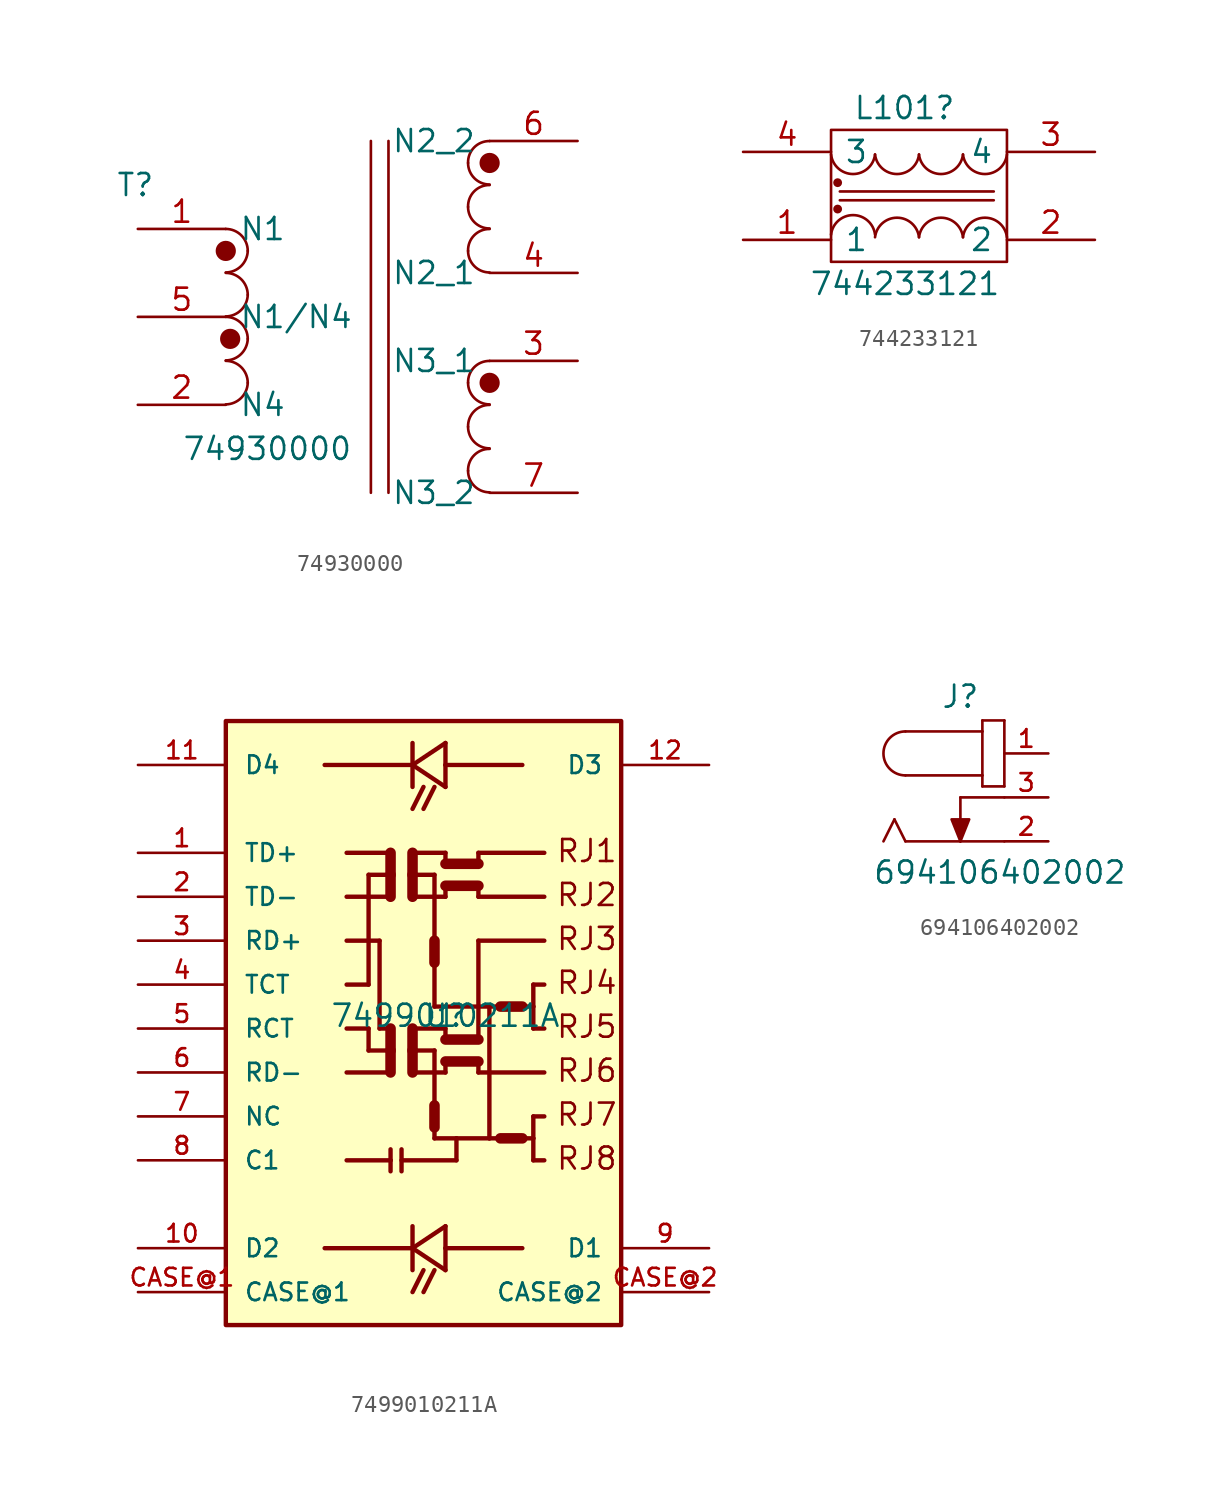
<source format=kicad_sym>
(kicad_symbol_lib
  (version 20220914)
  (generator kicad_symbol_editor)
  (symbol "74930000"
    (pin_names
      (offset 0.762))
    (property "Reference" "T"
      (at -15.24 7.62 0)
      (effects (font (size 1.27 1.27)) (justify left)))
    (property "Value" "74930000"
      (at -11.43 -7.62 0)
      (effects (font (size 1.27 1.27)) (justify left)))
    (symbol "74930000_0_0"
      (pin passive line (at -13.97 5.08 0) (length 5.08) (name "N1" (effects (font (size 1.27 1.27)))) (number "1" (effects (font (size 1.27 1.27)))))
      (pin passive line (at -13.97 -5.08 0) (length 5.08) (name "N4" (effects (font (size 1.27 1.27)))) (number "2" (effects (font (size 1.27 1.27)))))
      (pin passive line (at 11.43 -2.54 180) (length 5.08) (name "N3_1" (effects (font (size 1.27 1.27)))) (number "3" (effects (font (size 1.27 1.27)))))
      (pin passive line (at 11.43 2.54 180) (length 5.08) (name "N2_1" (effects (font (size 1.27 1.27)))) (number "4" (effects (font (size 1.27 1.27)))))
      (pin passive line (at -13.97 0 0) (length 5.08) (name "N1/N4" (effects (font (size 1.27 1.27)))) (number "5" (effects (font (size 1.27 1.27)))))
      (pin passive line (at 11.43 10.16 180) (length 5.08) (name "N2_2" (effects (font (size 1.27 1.27)))) (number "6" (effects (font (size 1.27 1.27)))))
      (pin passive line (at 11.43 -10.16 180) (length 5.08) (name "N3_2" (effects (font (size 1.27 1.27)))) (number "7" (effects (font (size 1.27 1.27))))))
    (symbol "74930000_0_1"
      (arc (start -8.89 -5.0546) (mid -8.0061 -4.6863) (end -7.62 -3.81) (stroke (width 0) (type default)) (fill (type none)))
      (arc (start -8.89 -2.5146) (mid -8.0061 -2.1463) (end -7.62 -1.27) (stroke (width 0) (type default)) (fill (type none)))
      (arc (start -8.89 0.0254) (mid -8.0061 0.3937) (end -7.62 1.27) (stroke (width 0) (type default)) (fill (type none)))
      (arc (start -8.89 2.5654) (mid -8.0061 2.9337) (end -7.62 3.81) (stroke (width 0) (type default)) (fill (type none)))
      (circle (center -8.89 3.81) (radius 0.508) (stroke (width 0) (type default)) (fill (type outline)))
      (circle (center -8.636 -1.27) (radius 0.508) (stroke (width 0) (type default)) (fill (type outline)))
      (arc (start -7.62 -3.81) (mid -7.992 -2.912) (end -8.89 -2.54) (stroke (width 0) (type default)) (fill (type none)))
      (arc (start -7.62 -1.27) (mid -7.992 -0.372) (end -8.89 0) (stroke (width 0) (type default)) (fill (type none)))
      (arc (start -7.62 1.27) (mid -7.992 2.168) (end -8.89 2.54) (stroke (width 0) (type default)) (fill (type none)))
      (arc (start -7.62 3.81) (mid -7.992 4.708) (end -8.89 5.08) (stroke (width 0) (type default)) (fill (type none)))
      (polyline (pts (xy -0.508 -10.16) (xy -0.508 10.16)) (stroke (width 0) (type default)) (fill (type none)))
      (polyline (pts (xy 0.508 10.16) (xy 0.508 -10.16)) (stroke (width 0) (type default)) (fill (type none)))
      (arc (start 5.1054 -8.89) (mid 5.4699 -9.7701) (end 6.35 -10.1346) (stroke (width 0) (type default)) (fill (type none)))
      (arc (start 5.1054 -6.35) (mid 5.4699 -7.2301) (end 6.35 -7.5946) (stroke (width 0) (type default)) (fill (type none)))
      (arc (start 5.1054 -3.81) (mid 5.4699 -4.6901) (end 6.35 -5.0546) (stroke (width 0) (type default)) (fill (type none)))
      (arc (start 5.1054 3.81) (mid 5.4699 2.9299) (end 6.35 2.5654) (stroke (width 0) (type default)) (fill (type none)))
      (arc (start 5.1054 6.35) (mid 5.4699 5.4699) (end 6.35 5.1054) (stroke (width 0) (type default)) (fill (type none)))
      (arc (start 5.1054 8.89) (mid 5.4699 8.0099) (end 6.35 7.6454) (stroke (width 0) (type default)) (fill (type none)))
      (arc (start 6.35 -7.62) (mid 5.4556 -7.9883) (end 5.1054 -8.89) (stroke (width 0) (type default)) (fill (type none)))
      (arc (start 6.35 -5.08) (mid 5.4556 -5.4483) (end 5.1054 -6.35) (stroke (width 0) (type default)) (fill (type none)))
      (circle (center 6.35 -3.81) (radius 0.508) (stroke (width 0) (type default)) (fill (type outline)))
      (arc (start 6.35 -2.54) (mid 5.4556 -2.9083) (end 5.1054 -3.81) (stroke (width 0) (type default)) (fill (type none)))
      (arc (start 6.35 5.08) (mid 5.4556 4.7117) (end 5.1054 3.81) (stroke (width 0) (type default)) (fill (type none)))
      (arc (start 6.35 7.62) (mid 5.4556 7.2517) (end 5.1054 6.35) (stroke (width 0) (type default)) (fill (type none)))
      (circle (center 6.35 8.89) (radius 0.508) (stroke (width 0) (type default)) (fill (type outline)))
      (arc (start 6.35 10.16) (mid 5.4556 9.7917) (end 5.1054 8.89) (stroke (width 0) (type default)) (fill (type none)))))
  (symbol "744233121"
    (pin_names
      (offset 0.762))
    (property "Reference" "L101"
      (at -3.81 5.08 0)
      (effects (font (size 1.27 1.27)) (justify left)))
    (property "Value" "744233121"
      (at -6.35 -5.08 0)
      (effects (font (size 1.27 1.27)) (justify left)))
    (symbol "744233121_0_0"
      (pin passive line (at -10.16 -2.54 0) (length 5.08) (name "1" (effects (font (size 1.27 1.27)))) (number "1" (effects (font (size 1.27 1.27)))))
      (pin passive line (at 10.16 -2.54 180) (length 5.08) (name "2" (effects (font (size 1.27 1.27)))) (number "2" (effects (font (size 1.27 1.27)))))
      (pin passive line (at 10.16 2.54 180) (length 5.08) (name "4" (effects (font (size 1.27 1.27)))) (number "3" (effects (font (size 1.27 1.27)))))
      (pin passive line (at -10.16 2.54 0) (length 5.08) (name "3" (effects (font (size 1.27 1.27)))) (number "4" (effects (font (size 1.27 1.27))))))
    (symbol "744233121_0_1"
      (arc (start -5.08 2.3902) (mid -3.81 1.2612) (end -2.54 2.3902) (stroke (width 0) (type default)) (fill (type none)))
      (circle (center -4.699 -0.762) (radius 0.18) (stroke (width 0) (type default)) (fill (type outline)))
      (circle (center -4.699 0.762) (radius 0.18) (stroke (width 0) (type default)) (fill (type outline)))
      (arc (start -2.54 -2.2404) (mid -3.81 -1.1114) (end -5.08 -2.2404) (stroke (width 0) (type default)) (fill (type none)))
      (arc (start -2.54 2.3902) (mid -1.27 1.2612) (end 0 2.3902) (stroke (width 0) (type default)) (fill (type none)))
      (arc (start 0 -2.3902) (mid -1.27 -1.2612) (end -2.54 -2.3902) (stroke (width 0) (type default)) (fill (type none)))
      (polyline (pts (xy -4.572 -0.254) (xy 4.318 -0.254)) (stroke (width 0) (type default)) (fill (type none)))
      (polyline (pts (xy -4.572 0.254) (xy 4.318 0.254)) (stroke (width 0) (type default)) (fill (type none)))
      (polyline (pts (xy -5.08 3.81) (xy 5.08 3.81) (xy 5.08 -3.81) (xy -5.08 -3.81) (xy -5.08 3.81)) (stroke (width 0.152) (type default)) (fill (type none)))
      (arc (start 0 2.3902) (mid 1.27 1.2612) (end 2.54 2.3902) (stroke (width 0) (type default)) (fill (type none)))
      (arc (start 2.54 -2.3902) (mid 1.27 -1.2612) (end 0 -2.3902) (stroke (width 0) (type default)) (fill (type none)))
      (arc (start 2.54 2.3902) (mid 3.81 1.2612) (end 5.08 2.3902) (stroke (width 0) (type default)) (fill (type none)))
      (arc (start 5.08 -2.3902) (mid 3.81 -1.2612) (end 2.54 -2.3902) (stroke (width 0) (type default)) (fill (type none)))))
  (symbol "7499010211A"
    (pin_names
      (offset 1.016))
    (property "Reference" "U"
      (at 0 0 0)
      (effects (font (size 1.27 1.27)) (justify bottom)))
    (property "Value" "7499010211A"
      (at 0 0 0)
      (effects (font (size 1.27 1.27)) (justify bottom)))
    (symbol "7499010211A_0_0"
      (rectangle (start -12.7 -17.145) (end 10.16 17.78) (stroke (width 0.254) (type default)) (fill (type background)))
      (polyline (pts (xy -5.715 0) (xy -4.445 0)) (stroke (width 0.254) (type default)) (fill (type none)))
      (polyline (pts (xy -5.715 10.16) (xy -3.175 10.16)) (stroke (width 0.254) (type default)) (fill (type none)))
      (polyline (pts (xy -4.445 -1.27) (xy -3.175 -1.27)) (stroke (width 0.254) (type default)) (fill (type none)))
      (polyline (pts (xy -4.445 0) (xy -4.445 -1.27)) (stroke (width 0.254) (type default)) (fill (type none)))
      (polyline (pts (xy -4.445 2.54) (xy -5.715 2.54)) (stroke (width 0.254) (type default)) (fill (type none)))
      (polyline (pts (xy -4.445 8.89) (xy -4.445 2.54)) (stroke (width 0.254) (type default)) (fill (type none)))
      (polyline (pts (xy -3.81 0) (xy -3.81 5.08)) (stroke (width 0.254) (type default)) (fill (type none)))
      (polyline (pts (xy -3.81 5.08) (xy -5.715 5.08)) (stroke (width 0.254) (type default)) (fill (type none)))
      (polyline (pts (xy -3.175 -7.62) (xy -5.715 -7.62)) (stroke (width 0.254) (type default)) (fill (type none)))
      (polyline (pts (xy -3.175 -7.62) (xy -3.175 -8.255)) (stroke (width 0.254) (type default)) (fill (type none)))
      (polyline (pts (xy -3.175 -6.985) (xy -3.175 -7.62)) (stroke (width 0.254) (type default)) (fill (type none)))
      (polyline (pts (xy -3.175 -2.54) (xy -5.715 -2.54)) (stroke (width 0.254) (type default)) (fill (type none)))
      (polyline (pts (xy -3.175 -2.54) (xy -3.175 -1.27)) (stroke (width 0.61) (type default)) (fill (type none)))
      (polyline (pts (xy -3.175 -1.27) (xy -3.175 0)) (stroke (width 0.61) (type default)) (fill (type none)))
      (polyline (pts (xy -3.175 0) (xy -3.81 0)) (stroke (width 0.254) (type default)) (fill (type none)))
      (polyline (pts (xy -3.175 7.62) (xy -5.715 7.62)) (stroke (width 0.254) (type default)) (fill (type none)))
      (polyline (pts (xy -3.175 8.89) (xy -4.445 8.89)) (stroke (width 0.254) (type default)) (fill (type none)))
      (polyline (pts (xy -3.175 8.89) (xy -3.175 7.62)) (stroke (width 0.61) (type default)) (fill (type none)))
      (polyline (pts (xy -3.175 10.16) (xy -3.175 8.89)) (stroke (width 0.61) (type default)) (fill (type none)))
      (polyline (pts (xy -2.54 -6.985) (xy -2.54 -8.255)) (stroke (width 0.254) (type default)) (fill (type none)))
      (polyline (pts (xy -1.905 -12.7) (xy -6.985 -12.7)) (stroke (width 0.254) (type default)) (fill (type none)))
      (polyline (pts (xy -1.905 -12.7) (xy 0 -13.97)) (stroke (width 0.254) (type default)) (fill (type none)))
      (polyline (pts (xy -1.905 -12.7) (xy 0 -11.43)) (stroke (width 0.254) (type default)) (fill (type none)))
      (polyline (pts (xy -1.905 -11.43) (xy -1.905 -13.97)) (stroke (width 0.254) (type default)) (fill (type none)))
      (polyline (pts (xy -1.905 -2.54) (xy 0 -2.54)) (stroke (width 0.254) (type default)) (fill (type none)))
      (polyline (pts (xy -1.905 -1.27) (xy -1.905 -2.54)) (stroke (width 0.61) (type default)) (fill (type none)))
      (polyline (pts (xy -1.905 -1.27) (xy -0.635 -1.27)) (stroke (width 0.254) (type default)) (fill (type none)))
      (polyline (pts (xy -1.905 0) (xy -1.905 -1.27)) (stroke (width 0.61) (type default)) (fill (type none)))
      (polyline (pts (xy -1.905 0) (xy 0 0)) (stroke (width 0.254) (type default)) (fill (type none)))
      (polyline (pts (xy -1.905 7.62) (xy 0 7.62)) (stroke (width 0.254) (type default)) (fill (type none)))
      (polyline (pts (xy -1.905 8.89) (xy -1.905 7.62)) (stroke (width 0.61) (type default)) (fill (type none)))
      (polyline (pts (xy -1.905 8.89) (xy -0.635 8.89)) (stroke (width 0.254) (type default)) (fill (type none)))
      (polyline (pts (xy -1.905 10.16) (xy -1.905 8.89)) (stroke (width 0.61) (type default)) (fill (type none)))
      (polyline (pts (xy -1.905 10.16) (xy 0 10.16)) (stroke (width 0.254) (type default)) (fill (type none)))
      (polyline (pts (xy -1.905 15.24) (xy -6.985 15.24)) (stroke (width 0.254) (type default)) (fill (type none)))
      (polyline (pts (xy -1.905 15.24) (xy 0 13.97)) (stroke (width 0.254) (type default)) (fill (type none)))
      (polyline (pts (xy -1.905 15.24) (xy 0 16.51)) (stroke (width 0.254) (type default)) (fill (type none)))
      (polyline (pts (xy -1.905 16.51) (xy -1.905 13.97)) (stroke (width 0.254) (type default)) (fill (type none)))
      (polyline (pts (xy -1.27 -13.97) (xy -1.905 -15.24)) (stroke (width 0.254) (type default)) (fill (type none)))
      (polyline (pts (xy -1.27 13.97) (xy -1.905 12.7)) (stroke (width 0.254) (type default)) (fill (type none)))
      (polyline (pts (xy -0.635 -13.97) (xy -1.27 -15.24)) (stroke (width 0.254) (type default)) (fill (type none)))
      (polyline (pts (xy -0.635 -6.35) (xy 0.635 -6.35)) (stroke (width 0.254) (type default)) (fill (type none)))
      (polyline (pts (xy -0.635 -5.715) (xy -0.635 -6.35)) (stroke (width 0.254) (type default)) (fill (type none)))
      (polyline (pts (xy -0.635 -4.445) (xy -0.635 -5.715)) (stroke (width 0.61) (type default)) (fill (type none)))
      (polyline (pts (xy -0.635 -1.27) (xy -0.635 -4.445)) (stroke (width 0.254) (type default)) (fill (type none)))
      (polyline (pts (xy -0.635 1.27) (xy 2.54 1.27)) (stroke (width 0.254) (type default)) (fill (type none)))
      (polyline (pts (xy -0.635 3.81) (xy -0.635 1.27)) (stroke (width 0.254) (type default)) (fill (type none)))
      (polyline (pts (xy -0.635 5.08) (xy -0.635 3.81)) (stroke (width 0.61) (type default)) (fill (type none)))
      (polyline (pts (xy -0.635 8.89) (xy -0.635 5.08)) (stroke (width 0.254) (type default)) (fill (type none)))
      (polyline (pts (xy -0.635 13.97) (xy -1.27 12.7)) (stroke (width 0.254) (type default)) (fill (type none)))
      (polyline (pts (xy 0 -13.97) (xy 0 -12.7)) (stroke (width 0.254) (type default)) (fill (type none)))
      (polyline (pts (xy 0 -12.7) (xy 0 -11.43)) (stroke (width 0.254) (type default)) (fill (type none)))
      (polyline (pts (xy 0 -12.7) (xy 4.445 -12.7)) (stroke (width 0.254) (type default)) (fill (type none)))
      (polyline (pts (xy 0 -2.54) (xy 0 -1.905)) (stroke (width 0.254) (type default)) (fill (type none)))
      (polyline (pts (xy 0 -1.905) (xy 1.905 -1.905)) (stroke (width 0.61) (type default)) (fill (type none)))
      (polyline (pts (xy 0 -0.635) (xy 1.905 -0.635)) (stroke (width 0.61) (type default)) (fill (type none)))
      (polyline (pts (xy 0 0) (xy 0 -0.635)) (stroke (width 0.254) (type default)) (fill (type none)))
      (polyline (pts (xy 0 7.62) (xy 0 8.255)) (stroke (width 0.254) (type default)) (fill (type none)))
      (polyline (pts (xy 0 8.255) (xy 1.905 8.255)) (stroke (width 0.61) (type default)) (fill (type none)))
      (polyline (pts (xy 0 9.525) (xy 1.905 9.525)) (stroke (width 0.61) (type default)) (fill (type none)))
      (polyline (pts (xy 0 10.16) (xy 0 9.525)) (stroke (width 0.254) (type default)) (fill (type none)))
      (polyline (pts (xy 0 13.97) (xy 0 15.24)) (stroke (width 0.254) (type default)) (fill (type none)))
      (polyline (pts (xy 0 15.24) (xy 0 16.51)) (stroke (width 0.254) (type default)) (fill (type none)))
      (polyline (pts (xy 0 15.24) (xy 4.445 15.24)) (stroke (width 0.254) (type default)) (fill (type none)))
      (polyline (pts (xy 0.635 -7.62) (xy -2.54 -7.62)) (stroke (width 0.254) (type default)) (fill (type none)))
      (polyline (pts (xy 0.635 -6.35) (xy 0.635 -7.62)) (stroke (width 0.254) (type default)) (fill (type none)))
      (polyline (pts (xy 0.635 -6.35) (xy 2.54 -6.35)) (stroke (width 0.254) (type default)) (fill (type none)))
      (polyline (pts (xy 1.905 -2.54) (xy 5.715 -2.54)) (stroke (width 0.254) (type default)) (fill (type none)))
      (polyline (pts (xy 1.905 -1.905) (xy 1.905 -2.54)) (stroke (width 0.254) (type default)) (fill (type none)))
      (polyline (pts (xy 1.905 -0.635) (xy 1.905 5.08)) (stroke (width 0.254) (type default)) (fill (type none)))
      (polyline (pts (xy 1.905 5.08) (xy 5.715 5.08)) (stroke (width 0.254) (type default)) (fill (type none)))
      (polyline (pts (xy 1.905 7.62) (xy 5.715 7.62)) (stroke (width 0.254) (type default)) (fill (type none)))
      (polyline (pts (xy 1.905 8.255) (xy 1.905 7.62)) (stroke (width 0.254) (type default)) (fill (type none)))
      (polyline (pts (xy 1.905 9.525) (xy 1.905 10.16)) (stroke (width 0.254) (type default)) (fill (type none)))
      (polyline (pts (xy 1.905 10.16) (xy 5.715 10.16)) (stroke (width 0.254) (type default)) (fill (type none)))
      (polyline (pts (xy 2.54 -6.35) (xy 3.175 -6.35)) (stroke (width 0.254) (type default)) (fill (type none)))
      (polyline (pts (xy 2.54 1.27) (xy 2.54 -6.35)) (stroke (width 0.254) (type default)) (fill (type none)))
      (polyline (pts (xy 3.175 -6.35) (xy 4.445 -6.35)) (stroke (width 0.61) (type default)) (fill (type none)))
      (polyline (pts (xy 3.175 1.27) (xy 2.54 1.27)) (stroke (width 0.254) (type default)) (fill (type none)))
      (polyline (pts (xy 4.445 -6.35) (xy 5.08 -6.35)) (stroke (width 0.254) (type default)) (fill (type none)))
      (polyline (pts (xy 4.445 1.27) (xy 3.175 1.27)) (stroke (width 0.61) (type default)) (fill (type none)))
      (polyline (pts (xy 5.08 -7.62) (xy 5.715 -7.62)) (stroke (width 0.254) (type default)) (fill (type none)))
      (polyline (pts (xy 5.08 -6.35) (xy 5.08 -7.62)) (stroke (width 0.254) (type default)) (fill (type none)))
      (polyline (pts (xy 5.08 -5.08) (xy 5.08 -6.35)) (stroke (width 0.254) (type default)) (fill (type none)))
      (polyline (pts (xy 5.08 0) (xy 5.715 0)) (stroke (width 0.254) (type default)) (fill (type none)))
      (polyline (pts (xy 5.08 1.27) (xy 4.445 1.27)) (stroke (width 0.254) (type default)) (fill (type none)))
      (polyline (pts (xy 5.08 1.27) (xy 5.08 0)) (stroke (width 0.254) (type default)) (fill (type none)))
      (polyline (pts (xy 5.08 2.54) (xy 5.08 1.27)) (stroke (width 0.254) (type default)) (fill (type none)))
      (polyline (pts (xy 5.715 -5.08) (xy 5.08 -5.08)) (stroke (width 0.254) (type default)) (fill (type none)))
      (polyline (pts (xy 5.715 2.54) (xy 5.08 2.54)) (stroke (width 0.254) (type default)) (fill (type none)))
      (text "RJ1" (at 6.35 9.525 0) (effects (font (size 1.27 1.27)) (justify left bottom)))
      (text "RJ2" (at 6.35 6.985 0) (effects (font (size 1.27 1.27)) (justify left bottom)))
      (text "RJ3" (at 6.35 4.445 0) (effects (font (size 1.27 1.27)) (justify left bottom)))
      (text "RJ4" (at 6.35 1.905 0) (effects (font (size 1.27 1.27)) (justify left bottom)))
      (text "RJ5" (at 6.35 -0.635 0) (effects (font (size 1.27 1.27)) (justify left bottom)))
      (text "RJ6" (at 6.35 -3.175 0) (effects (font (size 1.27 1.27)) (justify left bottom)))
      (text "RJ7" (at 6.35 -5.715 0) (effects (font (size 1.27 1.27)) (justify left bottom)))
      (text "RJ8" (at 6.35 -8.255 0) (effects (font (size 1.27 1.27)) (justify left bottom)))
      (pin bidirectional line (at -17.78 10.16 0) (length 5.08) (name "TD+" (effects (font (size 1.016 1.016)))) (number "1" (effects (font (size 1.016 1.016)))))
      (pin bidirectional line (at -17.78 -12.7 0) (length 5.08) (name "D2" (effects (font (size 1.016 1.016)))) (number "10" (effects (font (size 1.016 1.016)))))
      (pin bidirectional line (at -17.78 15.24 0) (length 5.08) (name "D4" (effects (font (size 1.016 1.016)))) (number "11" (effects (font (size 1.016 1.016)))))
      (pin bidirectional line (at 15.24 15.24 180) (length 5.08) (name "D3" (effects (font (size 1.016 1.016)))) (number "12" (effects (font (size 1.016 1.016)))))
      (pin bidirectional line (at -17.78 7.62 0) (length 5.08) (name "TD-" (effects (font (size 1.016 1.016)))) (number "2" (effects (font (size 1.016 1.016)))))
      (pin bidirectional line (at -17.78 5.08 0) (length 5.08) (name "RD+" (effects (font (size 1.016 1.016)))) (number "3" (effects (font (size 1.016 1.016)))))
      (pin bidirectional line (at -17.78 2.54 0) (length 5.08) (name "TCT" (effects (font (size 1.016 1.016)))) (number "4" (effects (font (size 1.016 1.016)))))
      (pin bidirectional line (at -17.78 0 0) (length 5.08) (name "RCT" (effects (font (size 1.016 1.016)))) (number "5" (effects (font (size 1.016 1.016)))))
      (pin bidirectional line (at -17.78 -2.54 0) (length 5.08) (name "RD-" (effects (font (size 1.016 1.016)))) (number "6" (effects (font (size 1.016 1.016)))))
      (pin bidirectional line (at -17.78 -5.08 0) (length 5.08) (name "NC" (effects (font (size 1.016 1.016)))) (number "7" (effects (font (size 1.016 1.016)))))
      (pin bidirectional line (at -17.78 -7.62 0) (length 5.08) (name "C1" (effects (font (size 1.016 1.016)))) (number "8" (effects (font (size 1.016 1.016)))))
      (pin bidirectional line (at 15.24 -12.7 180) (length 5.08) (name "D1" (effects (font (size 1.016 1.016)))) (number "9" (effects (font (size 1.016 1.016)))))
      (pin bidirectional line (at -17.78 -15.24 0) (length 5.08) (name "CASE@1" (effects (font (size 1.016 1.016)))) (number "CASE@1" (effects (font (size 1.016 1.016)))))
      (pin bidirectional line (at 15.24 -15.24 180) (length 5.08) (name "CASE@2" (effects (font (size 1.016 1.016)))) (number "CASE@2" (effects (font (size 1.016 1.016)))))))
  (symbol "694106402002"
    (pin_names
      (offset 1.016))
    (property "Reference" "J"
      (at 0 2.54 0)
      (effects (font (size 1.27 1.27)) (justify bottom)))
    (property "Value" "694106402002"
      (at -5.08 -7.62 0)
      (effects (font (size 1.27 1.27)) (justify left bottom)))
    (symbol "694106402002_0_0"
      (arc (start -3.175 1.27) (mid -4.4395 0) (end -3.175 -1.27) (stroke (width 0.1524) (type default)) (fill (type none)))
      (polyline (pts (xy -3.81 -3.81) (xy -4.445 -5.08)) (stroke (width 0.152) (type default)) (fill (type none)))
      (polyline (pts (xy -3.175 -5.08) (xy -3.81 -3.81)) (stroke (width 0.152) (type default)) (fill (type none)))
      (polyline (pts (xy -3.175 1.27) (xy 1.27 1.27)) (stroke (width 0.152) (type default)) (fill (type none)))
      (polyline (pts (xy 0 -5.08) (xy -3.175 -5.08)) (stroke (width 0.152) (type default)) (fill (type none)))
      (polyline (pts (xy 0 -2.54) (xy 0 -5.08)) (stroke (width 0.152) (type default)) (fill (type none)))
      (polyline (pts (xy 0 -2.54) (xy 2.54 -2.54)) (stroke (width 0.152) (type default)) (fill (type none)))
      (polyline (pts (xy 1.27 -1.905) (xy 2.54 -1.905)) (stroke (width 0.152) (type default)) (fill (type none)))
      (polyline (pts (xy 1.27 -1.27) (xy -3.175 -1.27)) (stroke (width 0.152) (type default)) (fill (type none)))
      (polyline (pts (xy 1.27 -1.27) (xy 1.27 -1.905)) (stroke (width 0.152) (type default)) (fill (type none)))
      (polyline (pts (xy 1.27 1.27) (xy 1.27 -1.27)) (stroke (width 0.152) (type default)) (fill (type none)))
      (polyline (pts (xy 1.27 1.905) (xy 1.27 1.27)) (stroke (width 0.152) (type default)) (fill (type none)))
      (polyline (pts (xy 2.54 -5.08) (xy 0 -5.08)) (stroke (width 0.152) (type default)) (fill (type none)))
      (polyline (pts (xy 2.54 -1.905) (xy 2.54 1.905)) (stroke (width 0.152) (type default)) (fill (type none)))
      (polyline (pts (xy 2.54 1.905) (xy 1.27 1.905)) (stroke (width 0.152) (type default)) (fill (type none)))
      (polyline (pts (xy 0 -5.08) (xy -0.508 -3.81) (xy 0.508 -3.81) (xy 0 -5.08)) (stroke (width 0.152) (type default)) (fill (type outline)))
      (pin passive line (at 5.08 0 180) (length 2.54) (name "~" (effects (font (size 1.016 1.016)))) (number "1" (effects (font (size 1.016 1.016)))))
      (pin passive line (at 5.08 -5.08 180) (length 2.54) (name "~" (effects (font (size 1.016 1.016)))) (number "2" (effects (font (size 1.016 1.016)))))
      (pin passive line (at 5.08 -2.54 180) (length 2.54) (name "~" (effects (font (size 1.016 1.016)))) (number "3" (effects (font (size 1.016 1.016))))))))
</source>
